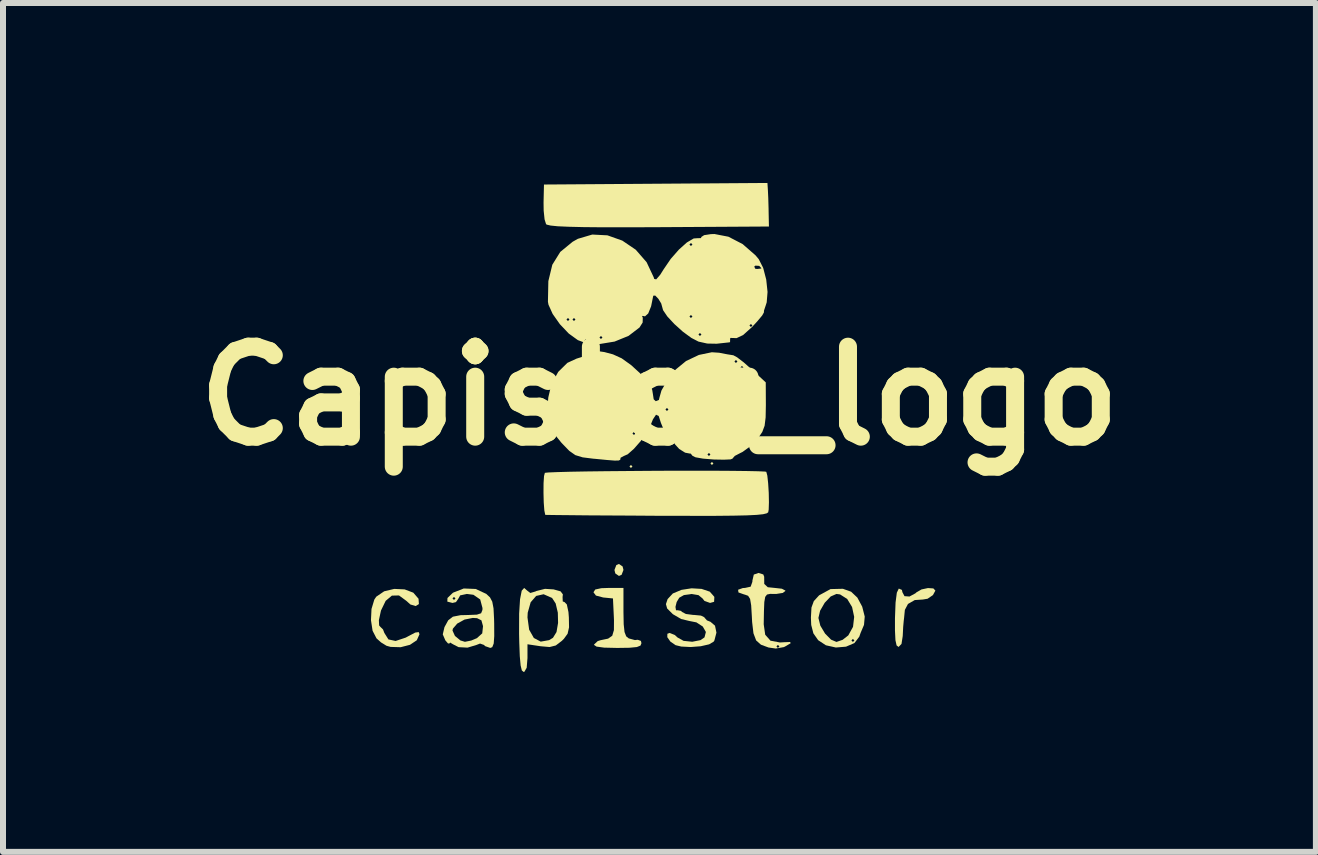
<source format=kicad_pcb>
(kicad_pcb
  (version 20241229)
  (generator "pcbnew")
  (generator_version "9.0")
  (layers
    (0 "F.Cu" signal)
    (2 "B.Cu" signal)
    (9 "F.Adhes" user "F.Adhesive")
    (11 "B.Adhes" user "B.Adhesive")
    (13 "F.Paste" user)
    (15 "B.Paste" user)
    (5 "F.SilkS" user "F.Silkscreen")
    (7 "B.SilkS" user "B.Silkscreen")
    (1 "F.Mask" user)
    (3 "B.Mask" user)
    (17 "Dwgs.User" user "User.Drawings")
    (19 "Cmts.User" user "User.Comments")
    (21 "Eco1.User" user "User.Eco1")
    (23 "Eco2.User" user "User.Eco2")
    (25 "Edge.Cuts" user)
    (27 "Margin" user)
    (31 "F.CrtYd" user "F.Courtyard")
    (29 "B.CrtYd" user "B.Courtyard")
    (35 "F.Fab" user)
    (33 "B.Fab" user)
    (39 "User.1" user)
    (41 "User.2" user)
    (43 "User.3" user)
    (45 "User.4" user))
  (footprint "Capistor_logo"
    (layer "F.Cu")
    (at 7.943 3.551)
    (property "Reference" "Capistor_logo" (at 0 0 0) (layer "F.SilkS") (effects (font (size 1.5 1.5) (thickness 0.3))))
    (attr board_only exclude_from_pos_files exclude_from_bom)
    (fp_poly (pts (xy -0.45 1.175) (xy -0.475 1.2) (xy -0.5 1.175) (xy -0.475 1.15)) (stroke (width 0) (type solid)) (fill yes) (layer "F.SilkS"))
    (fp_poly (pts (xy 0.9 1.125) (xy 0.875 1.15) (xy 0.85 1.125) (xy 0.875 1.1)) (stroke (width 0) (type solid)) (fill yes) (layer "F.SilkS"))
    (fp_poly (pts (xy -0.614 2.842) (xy -0.6 2.9) (xy -0.631 2.981) (xy -0.675 3) (xy -0.736 2.958) (xy -0.75 2.9) (xy -0.719 2.819) (xy -0.675 2.8)) (stroke (width 0) (type solid)) (fill yes) (layer "F.SilkS"))
    (fp_poly (pts (xy 1.808 -3.426) (xy 1.814 -3.298) (xy 1.819 -3.127) (xy 1.82 -3.062) (xy 1.825 -2.825) (xy -0.008 -2.814) (xy -0.516 -2.812) (xy -0.931 -2.812) (xy -1.261 -2.815) (xy -1.513 -2.821) (xy -1.695 -2.829) (xy -1.814 -2.841) (xy -1.877 -2.856) (xy -1.89 -2.864) (xy -1.915 -2.944) (xy -1.93 -3.089) (xy -1.932 -3.225) (xy -1.925 -3.525) (xy -0.062 -3.538) (xy 1.8 -3.551)) (stroke (width 0) (type solid)) (fill yes) (layer "F.SilkS"))
    (fp_poly (pts (xy 4.566 3.208) (xy 4.6 3.244) (xy 4.559 3.319) (xy 4.47 3.38) (xy 4.391 3.393) (xy 4.256 3.402) (xy 4.143 3.467) (xy 4.091 3.566) (xy 4.079 3.691) (xy 4.072 3.75) (xy 4.063 3.849) (xy 4.056 3.991) (xy 4.055 4.004) (xy 4.035 4.133) (xy 3.987 4.183) (xy 3.985 4.183) (xy 3.953 4.158) (xy 3.934 4.071) (xy 3.926 3.91) (xy 3.926 3.707) (xy 3.936 3.444) (xy 3.957 3.279) (xy 3.989 3.212) (xy 3.991 3.211) (xy 4.042 3.233) (xy 4.05 3.271) (xy 4.085 3.337) (xy 4.168 3.343) (xy 4.268 3.289) (xy 4.282 3.275) (xy 4.368 3.225) (xy 4.476 3.202)) (stroke (width 0) (type solid)) (fill yes) (layer "F.SilkS"))
    (fp_poly (pts (xy -0.6 3.598) (xy -0.596 3.806) (xy -0.582 3.935) (xy -0.554 4.007) (xy -0.512 4.041) (xy -0.409 4.069) (xy -0.362 4.064) (xy -0.309 4.083) (xy -0.3 4.121) (xy -0.316 4.161) (xy -0.376 4.185) (xy -0.499 4.197) (xy -0.704 4.2) (xy -0.704 4.2) (xy -0.922 4.195) (xy -1.048 4.178) (xy -1.09 4.15) (xy -1.089 4.142) (xy -1.029 4.086) (xy -0.981 4.071) (xy -0.856 4.045) (xy -0.787 3.997) (xy -0.759 3.903) (xy -0.758 3.739) (xy -0.76 3.688) (xy -0.775 3.375) (xy -0.938 3.359) (xy -1.059 3.327) (xy -1.1 3.272) (xy -1.07 3.226) (xy -0.968 3.204) (xy -0.85 3.2) (xy -0.6 3.2)) (stroke (width 0) (type solid)) (fill yes) (layer "F.SilkS"))
    (fp_poly (pts (xy -4.248 3.224) (xy -4.103 3.279) (xy -4.016 3.38) (xy -4.016 3.38) (xy -4.01 3.469) (xy -4.064 3.502) (xy -4.151 3.476) (xy -4.222 3.413) (xy -4.342 3.325) (xy -4.46 3.328) (xy -4.564 3.415) (xy -4.642 3.576) (xy -4.677 3.737) (xy -4.673 3.825) (xy -4.651 3.85) (xy -4.608 3.892) (xy -4.586 3.95) (xy -4.518 4.058) (xy -4.398 4.084) (xy -4.23 4.028) (xy -4.191 4.007) (xy -4.071 3.944) (xy -4.013 3.936) (xy -4 3.971) (xy -4.045 4.072) (xy -4.159 4.148) (xy -4.314 4.188) (xy -4.481 4.183) (xy -4.55 4.164) (xy -4.641 4.108) (xy -4.717 4.04) (xy -4.782 3.914) (xy -4.809 3.737) (xy -4.8 3.55) (xy -4.753 3.394) (xy -4.721 3.346) (xy -4.589 3.256) (xy -4.421 3.216)) (stroke (width 0) (type solid)) (fill yes) (layer "F.SilkS"))
    (fp_poly (pts (xy 0.901 1.246) (xy 1.204 1.248) (xy 1.457 1.251) (xy 1.646 1.255) (xy 1.757 1.26) (xy 1.781 1.264) (xy 1.798 1.326) (xy 1.812 1.455) (xy 1.822 1.615) (xy 1.825 1.773) (xy 1.821 1.895) (xy 1.813 1.939) (xy 1.789 1.956) (xy 1.728 1.971) (xy 1.621 1.982) (xy 1.458 1.99) (xy 1.233 1.995) (xy 0.935 1.998) (xy 0.557 1.998) (xy 0.089 1.997) (xy -0.056 1.997) (xy -0.475 1.994) (xy -0.86 1.992) (xy -1.201 1.99) (xy -1.487 1.987) (xy -1.707 1.985) (xy -1.849 1.983) (xy -1.903 1.982) (xy -1.904 1.981) (xy -1.919 1.908) (xy -1.929 1.774) (xy -1.933 1.613) (xy -1.932 1.455) (xy -1.924 1.334) (xy -1.91 1.281) (xy -1.852 1.275) (xy -1.707 1.269) (xy -1.491 1.263) (xy -1.216 1.258) (xy -0.896 1.254) (xy -0.544 1.251) (xy -0.175 1.248) (xy 0.198 1.246) (xy 0.561 1.246)) (stroke (width 0) (type solid)) (fill yes) (layer "F.SilkS"))
    (fp_poly (pts (xy 3.195 3.263) (xy 3.299 3.361) (xy 3.38 3.512) (xy 3.422 3.677) (xy 3.41 3.815) (xy 3.406 3.825) (xy 3.353 3.95) (xy 3.331 4.013) (xy 3.25 4.119) (xy 3.11 4.179) (xy 2.941 4.193) (xy 2.775 4.156) (xy 2.646 4.071) (xy 2.566 3.957) (xy 2.53 3.817) (xy 2.525 3.7) (xy 2.65 3.7) (xy 2.682 3.829) (xy 2.761 3.961) (xy 2.861 4.062) (xy 2.951 4.1) (xy 3.024 4.075) (xy 3.2 4.075) (xy 3.225 4.1) (xy 3.25 4.075) (xy 3.225 4.05) (xy 3.2 4.075) (xy 3.024 4.075) (xy 3.053 4.065) (xy 3.148 3.991) (xy 3.227 3.848) (xy 3.246 3.682) (xy 3.211 3.518) (xy 3.13 3.384) (xy 3.011 3.308) (xy 2.951 3.3) (xy 2.855 3.342) (xy 2.755 3.447) (xy 2.678 3.58) (xy 2.65 3.7) (xy 2.525 3.7) (xy 2.525 3.692) (xy 2.534 3.527) (xy 2.573 3.42) (xy 2.657 3.328) (xy 2.665 3.321) (xy 2.852 3.219) (xy 3.058 3.214)) (stroke (width 0) (type solid)) (fill yes) (layer "F.SilkS"))
    (fp_poly (pts (xy -2.206 3.243) (xy -2.153 3.284) (xy -2.067 3.259) (xy -2.051 3.251) (xy -1.908 3.215) (xy -1.765 3.224) (xy -1.648 3.257) (xy -1.61 3.307) (xy -1.615 3.351) (xy -1.612 3.425) (xy -1.582 3.436) (xy -1.544 3.475) (xy -1.517 3.602) (xy -1.51 3.692) (xy -1.507 3.857) (xy -1.531 3.963) (xy -1.592 4.047) (xy -1.627 4.082) (xy -1.728 4.159) (xy -1.831 4.185) (xy -1.98 4.172) (xy -2.2 4.139) (xy -2.2 4.369) (xy -2.213 4.53) (xy -2.251 4.597) (xy -2.265 4.6) (xy -2.294 4.575) (xy -2.314 4.493) (xy -2.328 4.34) (xy -2.337 4.105) (xy -2.34 3.962) (xy -2.339 3.691) (xy -2.2 3.691) (xy -2.172 3.896) (xy -2.094 4.034) (xy -1.979 4.095) (xy -1.839 4.07) (xy -1.775 4.031) (xy -1.716 3.935) (xy -1.69 3.783) (xy -1.694 3.612) (xy -1.73 3.459) (xy -1.79 3.367) (xy -1.931 3.305) (xy -2.055 3.333) (xy -2.147 3.439) (xy -2.196 3.613) (xy -2.2 3.691) (xy -2.339 3.691) (xy -2.339 3.629) (xy -2.324 3.389) (xy -2.296 3.246) (xy -2.255 3.2)) (stroke (width 0) (type solid)) (fill yes) (layer "F.SilkS"))
    (fp_poly (pts (xy 1.731 2.975) (xy 1.746 3.013) (xy 1.747 3.133) (xy 1.806 3.188) (xy 1.925 3.2) (xy 2.041 3.213) (xy 2.098 3.243) (xy 2.1 3.25) (xy 2.056 3.283) (xy 1.948 3.3) (xy 1.925 3.3) (xy 1.845 3.299) (xy 1.793 3.31) (xy 1.763 3.349) (xy 1.748 3.435) (xy 1.742 3.586) (xy 1.738 3.806) (xy 1.763 3.98) (xy 1.851 4.079) (xy 2.008 4.109) (xy 2.075 4.105) (xy 2.178 4.101) (xy 2.188 4.121) (xy 2.104 4.171) (xy 2.075 4.186) (xy 1.939 4.21) (xy 1.819 4.193) (xy 1.77 4.175) (xy 1.95 4.175) (xy 1.975 4.2) (xy 2 4.175) (xy 1.975 4.15) (xy 1.95 4.175) (xy 1.77 4.175) (xy 1.692 4.146) (xy 1.612 4.075) (xy 1.567 3.956) (xy 1.545 3.769) (xy 1.54 3.673) (xy 1.529 3.489) (xy 1.511 3.383) (xy 1.478 3.331) (xy 1.423 3.311) (xy 1.413 3.309) (xy 1.317 3.275) (xy 1.311 3.23) (xy 1.392 3.201) (xy 1.425 3.2) (xy 1.52 3.179) (xy 1.549 3.098) (xy 1.55 3.075) (xy 1.573 2.977) (xy 1.652 2.95)) (stroke (width 0) (type solid)) (fill yes) (layer "F.SilkS"))
    (fp_poly (pts (xy 0.703 3.216) (xy 0.839 3.262) (xy 0.913 3.346) (xy 0.915 3.354) (xy 0.911 3.431) (xy 0.844 3.45) (xy 0.75 3.416) (xy 0.718 3.375) (xy 0.651 3.32) (xy 0.533 3.301) (xy 0.408 3.319) (xy 0.33 3.363) (xy 0.287 3.435) (xy 0.267 3.516) (xy 0.276 3.572) (xy 0.305 3.572) (xy 0.361 3.583) (xy 0.374 3.599) (xy 0.441 3.634) (xy 0.563 3.65) (xy 0.578 3.65) (xy 0.692 3.661) (xy 0.749 3.689) (xy 0.75 3.694) (xy 0.792 3.741) (xy 0.85 3.764) (xy 0.926 3.829) (xy 0.95 3.945) (xy 0.916 4.075) (xy 0.905 4.094) (xy 0.828 4.14) (xy 0.688 4.172) (xy 0.521 4.185) (xy 0.364 4.177) (xy 0.269 4.154) (xy 0.182 4.094) (xy 0.131 4.021) (xy 0.132 3.964) (xy 0.17 3.95) (xy 0.257 3.985) (xy 0.3 4.025) (xy 0.402 4.082) (xy 0.547 4.097) (xy 0.684 4.07) (xy 0.751 4.024) (xy 0.774 3.934) (xy 0.722 3.843) (xy 0.616 3.774) (xy 0.495 3.75) (xy 0.362 3.718) (xy 0.226 3.639) (xy 0.217 3.631) (xy 0.128 3.542) (xy 0.108 3.469) (xy 0.136 3.386) (xy 0.223 3.292) (xy 0.367 3.232) (xy 0.536 3.206)) (stroke (width 0) (type solid)) (fill yes) (layer "F.SilkS"))
    (fp_poly (pts (xy -3.064 3.217) (xy -2.889 3.298) (xy -2.888 3.298) (xy -2.825 3.357) (xy -2.787 3.429) (xy -2.766 3.54) (xy -2.757 3.715) (xy -2.755 3.798) (xy -2.754 4.004) (xy -2.763 4.127) (xy -2.787 4.187) (xy -2.82 4.2) (xy -2.906 4.17) (xy -2.925 4.15) (xy -2.991 4.127) (xy -3.05 4.15) (xy -3.199 4.195) (xy -3.348 4.187) (xy -3.44 4.14) (xy -3.49 4.11) (xy -3.5 4.125) (xy -3.524 4.126) (xy -3.569 4.074) (xy -3.612 3.974) (xy -3.597 3.91) (xy -3.45 3.91) (xy -3.409 4) (xy -3.318 4.075) (xy -3.243 4.098) (xy -3.138 4.077) (xy -3.043 4.037) (xy -2.954 3.957) (xy -2.941 3.837) (xy -2.968 3.74) (xy -3.04 3.704) (xy -3.112 3.7) (xy -3.249 3.727) (xy -3.371 3.794) (xy -3.443 3.878) (xy -3.45 3.91) (xy -3.597 3.91) (xy -3.584 3.854) (xy -3.583 3.852) (xy -3.521 3.739) (xy -3.443 3.679) (xy -3.316 3.654) (xy -3.188 3.651) (xy -3.043 3.645) (xy -2.973 3.622) (xy -2.951 3.567) (xy -2.95 3.535) (xy -2.988 3.392) (xy -3.101 3.314) (xy -3.21 3.3) (xy -3.322 3.324) (xy -3.35 3.375) (xy -3.392 3.436) (xy -3.45 3.45) (xy -3.536 3.428) (xy -3.534 3.375) (xy -3.45 3.375) (xy -3.425 3.4) (xy -3.4 3.375) (xy -3.425 3.35) (xy -3.45 3.375) (xy -3.534 3.375) (xy -3.534 3.368) (xy -3.447 3.284) (xy -3.439 3.278) (xy -3.262 3.209)) (stroke (width 0) (type solid)) (fill yes) (layer "F.SilkS"))
    (fp_poly (pts (xy -0.918 -0.732) (xy -0.775 -0.694) (xy -0.63 -0.628) (xy -0.471 -0.514) (xy -0.319 -0.375) (xy -0.195 -0.231) (xy -0.121 -0.104) (xy -0.11 -0.037) (xy -0.096 0.055) (xy -0.062 0.087) (xy -0.009 0.066) (xy 0 0.027) (xy 0.033 -0.09) (xy 0.123 -0.249) (xy 0.219 -0.375) (xy 1.35 -0.375) (xy 1.375 -0.35) (xy 1.4 -0.375) (xy 1.375 -0.4) (xy 1.35 -0.375) (xy 0.219 -0.375) (xy 0.253 -0.42) (xy 0.272 -0.442) (xy 0.312 -0.475) (xy 1.35 -0.475) (xy 1.375 -0.45) (xy 1.4 -0.475) (xy 1.375 -0.5) (xy 1.35 -0.475) (xy 0.312 -0.475) (xy 0.434 -0.575) (xy 1.25 -0.575) (xy 1.275 -0.55) (xy 1.3 -0.575) (xy 1.275 -0.6) (xy 1.25 -0.575) (xy 0.434 -0.575) (xy 0.444 -0.583) (xy 0.657 -0.684) (xy 0.873 -0.729) (xy 0.994 -0.721) (xy 1.129 -0.695) (xy 1.223 -0.68) (xy 1.231 -0.679) (xy 1.294 -0.645) (xy 1.404 -0.561) (xy 1.529 -0.451) (xy 1.772 -0.227) (xy 1.774 0.153) (xy 1.77 0.358) (xy 1.753 0.496) (xy 1.714 0.6) (xy 1.645 0.703) (xy 1.641 0.709) (xy 1.519 0.836) (xy 1.385 0.933) (xy 1.354 0.948) (xy 1.256 0.999) (xy 1.22 1.04) (xy 1.221 1.043) (xy 1.186 1.057) (xy 1.074 1.062) (xy 0.91 1.059) (xy 0.895 1.058) (xy 0.724 1.044) (xy 0.601 1.022) (xy 0.55 0.997) (xy 0.55 0.996) (xy 0.533 0.975) (xy 0.8 0.975) (xy 0.825 1) (xy 0.85 0.975) (xy 0.825 0.95) (xy 0.8 0.975) (xy 0.533 0.975) (xy 0.52 0.959) (xy 0.512 0.961) (xy 0.428 0.945) (xy 0.329 0.883) (xy 0.26 0.807) (xy 0.25 0.775) (xy 0.21 0.696) (xy 0.154 0.652) (xy 0.074 0.568) (xy 0.056 0.525) (xy 0.35 0.525) (xy 0.375 0.55) (xy 0.4 0.525) (xy 0.375 0.5) (xy 0.35 0.525) (xy 0.056 0.525) (xy 0.025 0.45) (xy -0.013 0.333) (xy -0.057 0.312) (xy -0.109 0.39) (xy -0.143 0.475) (xy -0.21 0.606) (xy -0.311 0.75) (xy -0.425 0.88) (xy -0.529 0.972) (xy -0.593 1) (xy -0.647 1.029) (xy -0.65 1.042) (xy -0.654 1.064) (xy -0.681 1.076) (xy -0.747 1.077) (xy -0.874 1.067) (xy -1.08 1.047) (xy -1.098 1.046) (xy -1.28 1.023) (xy -1.402 0.986) (xy -1.503 0.915) (xy -1.623 0.791) (xy -1.636 0.777) (xy -1.759 0.625) (xy -0.45 0.625) (xy -0.425 0.65) (xy -0.4 0.625) (xy -0.425 0.6) (xy -0.45 0.625) (xy -1.759 0.625) (xy -1.76 0.623) (xy -1.832 0.48) (xy -1.862 0.313) (xy -1.86 0.225) (xy 0.1 0.225) (xy 0.125 0.25) (xy 0.15 0.225) (xy 0.125 0.2) (xy 0.1 0.225) (xy -1.86 0.225) (xy -1.858 0.091) (xy -1.853 0.025) (xy -1.8 -0.201) (xy -1.687 -0.402) (xy -1.535 -0.552) (xy -1.381 -0.623) (xy -1.297 -0.649) (xy -1.184 -0.692) (xy -1.083 -0.732) (xy -1.007 -0.745)) (stroke (width 0) (type solid)) (fill yes) (layer "F.SilkS"))
    (fp_poly (pts (xy 1.15 -2.655) (xy 1.387 -2.532) (xy 1.601 -2.345) (xy 1.655 -2.281) (xy 1.729 -2.136) (xy 1.78 -1.94) (xy 1.802 -1.734) (xy 1.788 -1.561) (xy 1.773 -1.514) (xy 1.743 -1.424) (xy 1.741 -1.392) (xy 1.712 -1.341) (xy 1.631 -1.244) (xy 1.544 -1.15) (xy 1.395 -1.016) (xy 1.285 -0.964) (xy 1.245 -0.966) (xy 1.181 -0.968) (xy 1.178 -0.945) (xy 1.177 -0.898) (xy 1.165 -0.894) (xy 0.953 -0.871) (xy 0.797 -0.874) (xy 0.658 -0.905) (xy 0.65 -0.907) (xy 0.532 -0.968) (xy 0.454 -1.025) (xy 0.65 -1.025) (xy 0.675 -1) (xy 0.7 -1.025) (xy 0.675 -1.05) (xy 0.65 -1.025) (xy 0.454 -1.025) (xy 0.39 -1.072) (xy 0.276 -1.175) (xy 1.5 -1.175) (xy 1.525 -1.15) (xy 1.55 -1.175) (xy 1.525 -1.2) (xy 1.5 -1.175) (xy 0.276 -1.175) (xy 0.249 -1.199) (xy 0.132 -1.325) (xy 0.5 -1.325) (xy 0.525 -1.3) (xy 0.55 -1.325) (xy 0.525 -1.35) (xy 0.5 -1.325) (xy 0.132 -1.325) (xy 0.131 -1.326) (xy 0.06 -1.431) (xy 0.05 -1.468) (xy 0.029 -1.543) (xy -0.019 -1.621) (xy -0.07 -1.674) (xy -0.102 -1.672) (xy -0.105 -1.663) (xy -0.139 -1.495) (xy -0.187 -1.376) (xy -0.241 -1.327) (xy -0.261 -1.332) (xy -0.291 -1.335) (xy -0.278 -1.305) (xy -0.28 -1.225) (xy -0.332 -1.142) (xy -0.515 -1.002) (xy -0.748 -0.907) (xy -0.998 -0.866) (xy -1.233 -0.884) (xy -1.344 -0.925) (xy -1.25 -0.925) (xy -1.225 -0.9) (xy -1.2 -0.925) (xy -1.225 -0.95) (xy -1.25 -0.925) (xy -1.344 -0.925) (xy -1.36 -0.931) (xy -1.421 -0.975) (xy -1 -0.975) (xy -0.975 -0.95) (xy -0.95 -0.975) (xy -0.975 -1) (xy -1 -0.975) (xy -1.421 -0.975) (xy -1.512 -1.041) (xy -1.66 -1.197) (xy -1.715 -1.275) (xy -1.55 -1.275) (xy -1.525 -1.25) (xy -1.5 -1.275) (xy -1.45 -1.275) (xy -1.425 -1.25) (xy -1.4 -1.275) (xy -1.425 -1.3) (xy -1.45 -1.275) (xy -1.5 -1.275) (xy -1.525 -1.3) (xy -1.55 -1.275) (xy -1.715 -1.275) (xy -1.78 -1.367) (xy -1.85 -1.522) (xy -1.859 -1.571) (xy -1.852 -1.915) (xy -1.786 -2.188) (xy -1.653 -2.402) (xy -1.447 -2.571) (xy -1.36 -2.62) (xy -1.12 -2.691) (xy -0.867 -2.678) (xy -0.619 -2.59) (xy -0.395 -2.438) (xy -0.214 -2.23) (xy -0.095 -1.977) (xy -0.087 -1.951) (xy -0.054 -1.944) (xy 0.012 -2.02) (xy 0.07 -2.112) (xy 0.102 -2.159) (xy 1.581 -2.159) (xy 1.595 -2.122) (xy 1.627 -2.117) (xy 1.693 -2.124) (xy 1.7 -2.13) (xy 1.663 -2.169) (xy 1.599 -2.173) (xy 1.581 -2.159) (xy 0.102 -2.159) (xy 0.188 -2.285) (xy 0.324 -2.44) (xy 0.419 -2.525) (xy 0.5 -2.525) (xy 0.525 -2.5) (xy 0.55 -2.525) (xy 0.525 -2.55) (xy 0.5 -2.525) (xy 0.419 -2.525) (xy 0.458 -2.56) (xy 0.571 -2.626) (xy 0.63 -2.63) (xy 0.691 -2.632) (xy 0.7 -2.652) (xy 0.745 -2.681) (xy 0.857 -2.698) (xy 0.917 -2.7)) (stroke (width 0) (type solid)) (fill yes) (layer "F.SilkS")))
  (gr_rect
    (start -3 -3)
    (end 18.886 11.151)
    (stroke (width 0.1) (type default))
    (fill no)
    (layer "Edge.Cuts")))
</source>
